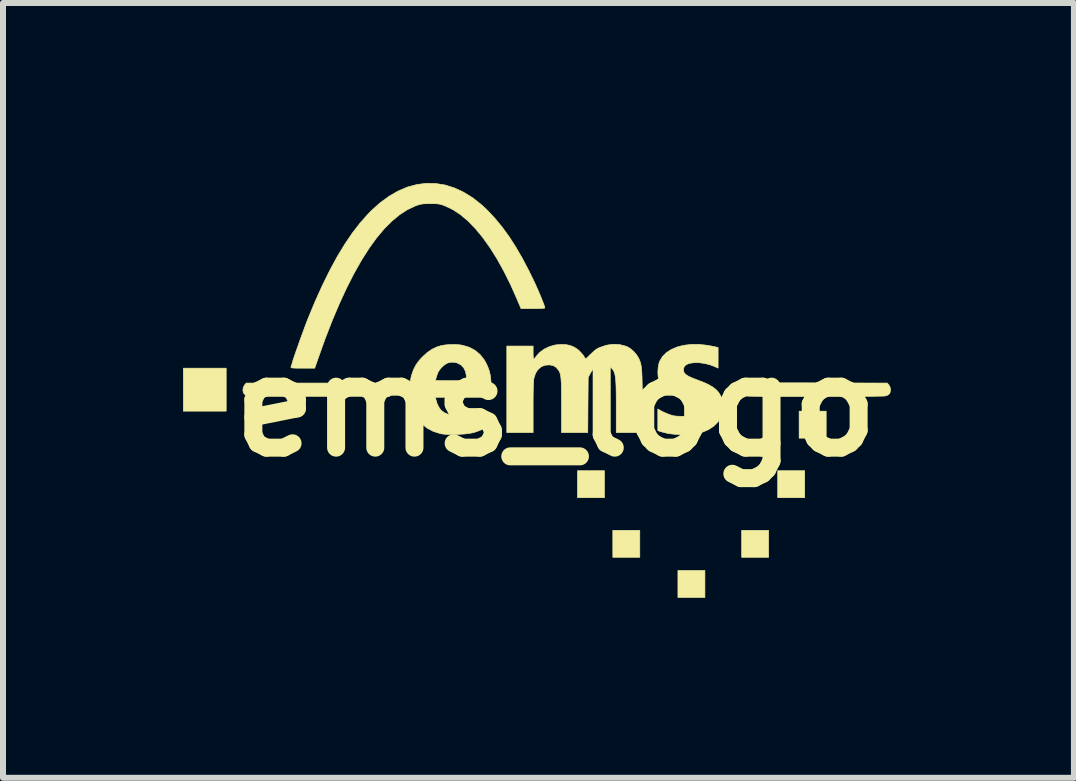
<source format=kicad_pcb>
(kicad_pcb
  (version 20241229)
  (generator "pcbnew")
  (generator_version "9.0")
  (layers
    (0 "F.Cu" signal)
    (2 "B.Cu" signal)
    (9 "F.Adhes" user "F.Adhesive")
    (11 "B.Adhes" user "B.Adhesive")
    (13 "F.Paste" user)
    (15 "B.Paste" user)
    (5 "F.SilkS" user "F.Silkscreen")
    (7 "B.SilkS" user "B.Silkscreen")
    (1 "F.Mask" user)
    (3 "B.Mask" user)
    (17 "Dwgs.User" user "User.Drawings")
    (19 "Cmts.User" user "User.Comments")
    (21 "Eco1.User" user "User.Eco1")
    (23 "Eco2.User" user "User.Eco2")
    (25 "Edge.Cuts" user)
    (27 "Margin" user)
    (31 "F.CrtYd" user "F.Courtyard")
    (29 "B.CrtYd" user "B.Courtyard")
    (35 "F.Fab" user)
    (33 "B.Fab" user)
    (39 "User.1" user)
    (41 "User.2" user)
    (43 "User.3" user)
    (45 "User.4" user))
  (footprint "ems_logo"
    (layer "F.Cu")
    (at 6.216 3.721)
    (property "Reference" "ems_logo" (at 0 0 0) (layer "F.SilkS") (effects (font (size 1.524 1.524) (thickness 0.3))))
    (attr through_hole)
    (fp_poly (pts (xy -5.496 0.081) (xy -6.211 0.081) (xy -6.211 -0.635) (xy -5.496 -0.635) (xy -5.496 0.081)) (stroke (width 0.01) (type solid)) (fill yes) (layer "F.SilkS"))
    (fp_poly (pts (xy 0.808 1.524) (xy 0.358 1.524) (xy 0.358 1.074) (xy 0.808 1.074) (xy 0.808 1.524)) (stroke (width 0.01) (type solid)) (fill yes) (layer "F.SilkS"))
    (fp_poly (pts (xy 1.397 2.517) (xy 0.947 2.517) (xy 0.947 2.067) (xy 1.397 2.067) (xy 1.397 2.517)) (stroke (width 0.01) (type solid)) (fill yes) (layer "F.SilkS"))
    (fp_poly (pts (xy 2.482 3.187) (xy 2.032 3.187) (xy 2.032 2.736) (xy 2.482 2.736) (xy 2.482 3.187)) (stroke (width 0.01) (type solid)) (fill yes) (layer "F.SilkS"))
    (fp_poly (pts (xy 3.544 2.517) (xy 3.094 2.517) (xy 3.094 2.067) (xy 3.544 2.067) (xy 3.544 2.517)) (stroke (width 0.01) (type solid)) (fill yes) (layer "F.SilkS"))
    (fp_poly (pts (xy 4.145 1.524) (xy 3.695 1.524) (xy 3.695 1.074) (xy 4.145 1.074) (xy 4.145 1.524)) (stroke (width 0.01) (type solid)) (fill yes) (layer "F.SilkS"))
    (fp_poly (pts (xy 4.503 0.531) (xy 4.052 0.531) (xy 4.052 0.081) (xy 4.503 0.081) (xy 4.503 0.531)) (stroke (width 0.01) (type solid)) (fill yes) (layer "F.SilkS"))
    (fp_poly (pts (xy -2.74 -0.355) (xy -2.713 -0.314) (xy -2.707 -0.268) (xy -2.721 -0.223) (xy -2.74 -0.199) (xy -2.771 -0.167) (xy -3.946 -0.165) (xy -4.141 -0.165) (xy -4.315 -0.164) (xy -4.467 -0.164) (xy -4.601 -0.164) (xy -4.717 -0.165) (xy -4.815 -0.165) (xy -4.899 -0.166) (xy -4.968 -0.167) (xy -5.024 -0.168) (xy -5.069 -0.169) (xy -5.103 -0.171) (xy -5.128 -0.173) (xy -5.145 -0.175) (xy -5.155 -0.178) (xy -5.157 -0.178) (xy -5.186 -0.196) (xy -5.206 -0.217) (xy -5.206 -0.218) (xy -5.218 -0.263) (xy -5.213 -0.311) (xy -5.191 -0.353) (xy -5.191 -0.354) (xy -5.163 -0.387) (xy -2.771 -0.387) (xy -2.74 -0.355)) (stroke (width 0.01) (type solid)) (fill yes) (layer "F.SilkS"))
    (fp_poly (pts (xy 3.976 -0.391) (xy 4.172 -0.391) (xy 4.351 -0.39) (xy 5.521 -0.387) (xy 5.549 -0.354) (xy 5.57 -0.314) (xy 5.576 -0.267) (xy 5.566 -0.223) (xy 5.559 -0.211) (xy 5.536 -0.191) (xy 5.503 -0.175) (xy 5.498 -0.174) (xy 5.478 -0.171) (xy 5.435 -0.169) (xy 5.37 -0.168) (xy 5.281 -0.166) (xy 5.171 -0.165) (xy 5.038 -0.164) (xy 4.884 -0.163) (xy 4.707 -0.162) (xy 4.51 -0.162) (xy 4.306 -0.162) (xy 4.116 -0.162) (xy 3.947 -0.162) (xy 3.799 -0.162) (xy 3.669 -0.163) (xy 3.558 -0.163) (xy 3.463 -0.164) (xy 3.382 -0.165) (xy 3.316 -0.166) (xy 3.262 -0.167) (xy 3.219 -0.168) (xy 3.185 -0.17) (xy 3.16 -0.172) (xy 3.142 -0.174) (xy 3.13 -0.177) (xy 3.122 -0.18) (xy 3.122 -0.18) (xy 3.085 -0.209) (xy 3.065 -0.247) (xy 3.061 -0.289) (xy 3.073 -0.33) (xy 3.101 -0.363) (xy 3.138 -0.381) (xy 3.155 -0.383) (xy 3.189 -0.385) (xy 3.243 -0.387) (xy 3.314 -0.388) (xy 3.406 -0.389) (xy 3.517 -0.39) (xy 3.649 -0.391) (xy 3.801 -0.391) (xy 3.976 -0.391)) (stroke (width 0.01) (type solid)) (fill yes) (layer "F.SilkS"))
    (fp_poly (pts (xy 2.511 -1.018) (xy 2.621 -0.998) (xy 2.702 -0.98) (xy 2.702 -0.636) (xy 2.637 -0.665) (xy 2.559 -0.694) (xy 2.479 -0.713) (xy 2.398 -0.725) (xy 2.322 -0.727) (xy 2.254 -0.721) (xy 2.197 -0.706) (xy 2.156 -0.682) (xy 2.137 -0.66) (xy 2.126 -0.624) (xy 2.127 -0.585) (xy 2.139 -0.554) (xy 2.139 -0.554) (xy 2.167 -0.527) (xy 2.208 -0.501) (xy 2.266 -0.474) (xy 2.344 -0.444) (xy 2.453 -0.402) (xy 2.542 -0.362) (xy 2.614 -0.32) (xy 2.669 -0.277) (xy 2.712 -0.229) (xy 2.744 -0.176) (xy 2.744 -0.176) (xy 2.76 -0.142) (xy 2.769 -0.112) (xy 2.774 -0.079) (xy 2.776 -0.034) (xy 2.777 0.006) (xy 2.776 0.063) (xy 2.772 0.105) (xy 2.765 0.138) (xy 2.753 0.17) (xy 2.747 0.185) (xy 2.698 0.263) (xy 2.629 0.331) (xy 2.544 0.388) (xy 2.444 0.431) (xy 2.353 0.455) (xy 2.277 0.466) (xy 2.187 0.472) (xy 2.09 0.472) (xy 1.994 0.468) (xy 1.907 0.459) (xy 1.859 0.451) (xy 1.81 0.439) (xy 1.766 0.428) (xy 1.735 0.419) (xy 1.729 0.417) (xy 1.697 0.405) (xy 1.697 0.045) (xy 1.746 0.073) (xy 1.782 0.092) (xy 1.83 0.113) (xy 1.879 0.133) (xy 1.882 0.134) (xy 1.923 0.148) (xy 1.959 0.158) (xy 1.997 0.163) (xy 2.044 0.166) (xy 2.107 0.167) (xy 2.187 0.165) (xy 2.247 0.158) (xy 2.292 0.146) (xy 2.324 0.126) (xy 2.346 0.097) (xy 2.353 0.085) (xy 2.364 0.057) (xy 2.364 0.035) (xy 2.352 0.007) (xy 2.352 0.006) (xy 2.333 -0.021) (xy 2.302 -0.047) (xy 2.256 -0.072) (xy 2.193 -0.097) (xy 2.124 -0.121) (xy 2.001 -0.168) (xy 1.898 -0.221) (xy 1.817 -0.281) (xy 1.757 -0.347) (xy 1.719 -0.419) (xy 1.713 -0.436) (xy 1.701 -0.5) (xy 1.698 -0.574) (xy 1.703 -0.649) (xy 1.716 -0.716) (xy 1.729 -0.753) (xy 1.775 -0.829) (xy 1.84 -0.894) (xy 1.922 -0.947) (xy 2.018 -0.988) (xy 2.127 -1.016) (xy 2.247 -1.031) (xy 2.376 -1.032) (xy 2.511 -1.018)) (stroke (width 0.01) (type solid)) (fill yes) (layer "F.SilkS"))
    (fp_poly (pts (xy -2.005 -3.713) (xy -1.848 -3.688) (xy -1.693 -3.639) (xy -1.54 -3.568) (xy -1.389 -3.475) (xy -1.241 -3.358) (xy -1.135 -3.258) (xy -1.013 -3.127) (xy -0.896 -2.985) (xy -0.783 -2.83) (xy -0.673 -2.659) (xy -0.563 -2.47) (xy -0.454 -2.263) (xy -0.357 -2.064) (xy -0.328 -2) (xy -0.298 -1.932) (xy -0.268 -1.863) (xy -0.241 -1.797) (xy -0.218 -1.738) (xy -0.199 -1.689) (xy -0.188 -1.654) (xy -0.185 -1.638) (xy -0.196 -1.635) (xy -0.226 -1.632) (xy -0.272 -1.63) (xy -0.33 -1.628) (xy -0.384 -1.628) (xy -0.583 -1.628) (xy -0.645 -1.775) (xy -0.754 -2.021) (xy -0.867 -2.248) (xy -0.982 -2.456) (xy -1.1 -2.644) (xy -1.22 -2.812) (xy -1.342 -2.96) (xy -1.465 -3.087) (xy -1.589 -3.192) (xy -1.714 -3.275) (xy -1.839 -3.335) (xy -1.841 -3.336) (xy -1.885 -3.353) (xy -1.92 -3.364) (xy -1.953 -3.371) (xy -1.99 -3.375) (xy -2.037 -3.376) (xy -2.095 -3.376) (xy -2.159 -3.376) (xy -2.206 -3.374) (xy -2.243 -3.37) (xy -2.276 -3.362) (xy -2.313 -3.35) (xy -2.346 -3.338) (xy -2.476 -3.277) (xy -2.606 -3.193) (xy -2.735 -3.086) (xy -2.864 -2.957) (xy -2.991 -2.805) (xy -3.117 -2.63) (xy -3.243 -2.432) (xy -3.367 -2.212) (xy -3.49 -1.97) (xy -3.612 -1.706) (xy -3.733 -1.42) (xy -3.852 -1.112) (xy -3.937 -0.875) (xy -4.021 -0.635) (xy -4.223 -0.635) (xy -4.296 -0.635) (xy -4.349 -0.636) (xy -4.385 -0.638) (xy -4.406 -0.641) (xy -4.416 -0.645) (xy -4.418 -0.651) (xy -4.418 -0.653) (xy -4.411 -0.673) (xy -4.4 -0.707) (xy -4.392 -0.736) (xy -4.38 -0.776) (xy -4.361 -0.833) (xy -4.337 -0.903) (xy -4.308 -0.984) (xy -4.278 -1.07) (xy -4.246 -1.159) (xy -4.214 -1.245) (xy -4.185 -1.326) (xy -4.158 -1.398) (xy -4.135 -1.455) (xy -4.134 -1.459) (xy -4.013 -1.75) (xy -3.891 -2.02) (xy -3.769 -2.267) (xy -3.646 -2.494) (xy -3.521 -2.7) (xy -3.395 -2.886) (xy -3.266 -3.053) (xy -3.134 -3.202) (xy -3.082 -3.256) (xy -2.934 -3.389) (xy -2.783 -3.5) (xy -2.63 -3.588) (xy -2.475 -3.654) (xy -2.318 -3.696) (xy -2.161 -3.716) (xy -2.005 -3.713)) (stroke (width 0.01) (type solid)) (fill yes) (layer "F.SilkS"))
    (fp_poly (pts (xy -1.607 -1.025) (xy -1.553 -1.016) (xy -1.444 -0.983) (xy -1.346 -0.93) (xy -1.263 -0.859) (xy -1.194 -0.772) (xy -1.163 -0.716) (xy -1.134 -0.652) (xy -1.112 -0.591) (xy -1.097 -0.528) (xy -1.087 -0.455) (xy -1.08 -0.369) (xy -1.077 -0.32) (xy -1.07 -0.15) (xy -2.008 -0.15) (xy -2.001 -0.113) (xy -1.983 -0.051) (xy -1.955 0.01) (xy -1.92 0.06) (xy -1.914 0.066) (xy -1.86 0.107) (xy -1.789 0.137) (xy -1.705 0.155) (xy -1.613 0.162) (xy -1.516 0.156) (xy -1.419 0.139) (xy -1.324 0.11) (xy -1.284 0.093) (xy -1.247 0.075) (xy -1.219 0.063) (xy -1.205 0.058) (xy -1.205 0.058) (xy -1.204 0.069) (xy -1.202 0.098) (xy -1.201 0.143) (xy -1.201 0.198) (xy -1.201 0.213) (xy -1.201 0.369) (xy -1.248 0.393) (xy -1.283 0.408) (xy -1.33 0.425) (xy -1.381 0.44) (xy -1.384 0.441) (xy -1.442 0.452) (xy -1.516 0.461) (xy -1.6 0.467) (xy -1.687 0.47) (xy -1.772 0.47) (xy -1.849 0.467) (xy -1.911 0.459) (xy -1.927 0.456) (xy -2.046 0.418) (xy -2.151 0.362) (xy -2.241 0.289) (xy -2.316 0.198) (xy -2.374 0.092) (xy -2.398 0.031) (xy -2.41 -0.007) (xy -2.418 -0.041) (xy -2.424 -0.075) (xy -2.427 -0.115) (xy -2.429 -0.167) (xy -2.43 -0.236) (xy -2.43 -0.248) (xy -2.429 -0.329) (xy -2.427 -0.392) (xy -2.424 -0.432) (xy -2.009 -0.432) (xy -1.998 -0.43) (xy -1.967 -0.429) (xy -1.92 -0.428) (xy -1.859 -0.428) (xy -1.788 -0.427) (xy -1.748 -0.427) (xy -1.487 -0.427) (xy -1.492 -0.495) (xy -1.506 -0.575) (xy -1.538 -0.641) (xy -1.585 -0.69) (xy -1.647 -0.722) (xy -1.693 -0.733) (xy -1.758 -0.734) (xy -1.817 -0.717) (xy -1.873 -0.679) (xy -1.901 -0.652) (xy -1.939 -0.609) (xy -1.965 -0.567) (xy -1.984 -0.517) (xy -1.985 -0.514) (xy -1.997 -0.475) (xy -2.005 -0.445) (xy -2.009 -0.432) (xy -2.009 -0.432) (xy -2.424 -0.432) (xy -2.423 -0.441) (xy -2.416 -0.482) (xy -2.41 -0.507) (xy -2.377 -0.605) (xy -2.334 -0.69) (xy -2.277 -0.768) (xy -2.223 -0.826) (xy -2.143 -0.898) (xy -2.065 -0.951) (xy -1.983 -0.99) (xy -1.917 -1.01) (xy -1.851 -1.022) (xy -1.771 -1.029) (xy -1.687 -1.03) (xy -1.607 -1.025)) (stroke (width 0.01) (type solid)) (fill yes) (layer "F.SilkS"))
    (fp_poly (pts (xy 1.053 -1.03) (xy 1.157 -1.004) (xy 1.19 -0.992) (xy 1.241 -0.961) (xy 1.294 -0.915) (xy 1.341 -0.861) (xy 1.373 -0.81) (xy 1.387 -0.782) (xy 1.398 -0.755) (xy 1.408 -0.726) (xy 1.416 -0.694) (xy 1.422 -0.655) (xy 1.427 -0.609) (xy 1.431 -0.552) (xy 1.434 -0.483) (xy 1.436 -0.398) (xy 1.438 -0.297) (xy 1.439 -0.175) (xy 1.44 -0.089) (xy 1.445 0.439) (xy 1.004 0.439) (xy 1.004 0.007) (xy 1.004 -0.126) (xy 1.003 -0.238) (xy 1.001 -0.331) (xy 0.997 -0.408) (xy 0.992 -0.47) (xy 0.984 -0.52) (xy 0.974 -0.559) (xy 0.961 -0.59) (xy 0.945 -0.615) (xy 0.926 -0.636) (xy 0.903 -0.656) (xy 0.903 -0.656) (xy 0.878 -0.673) (xy 0.853 -0.682) (xy 0.819 -0.686) (xy 0.778 -0.687) (xy 0.733 -0.686) (xy 0.702 -0.682) (xy 0.679 -0.672) (xy 0.654 -0.654) (xy 0.651 -0.651) (xy 0.621 -0.621) (xy 0.59 -0.58) (xy 0.572 -0.548) (xy 0.537 -0.481) (xy 0.533 -0.021) (xy 0.53 0.439) (xy 0.092 0.439) (xy 0.092 -0.005) (xy 0.092 -0.131) (xy 0.091 -0.236) (xy 0.09 -0.323) (xy 0.088 -0.393) (xy 0.084 -0.449) (xy 0.08 -0.494) (xy 0.074 -0.528) (xy 0.066 -0.556) (xy 0.056 -0.579) (xy 0.045 -0.599) (xy 0.042 -0.602) (xy 0.002 -0.649) (xy -0.044 -0.677) (xy -0.103 -0.689) (xy -0.112 -0.69) (xy -0.184 -0.684) (xy -0.247 -0.658) (xy -0.3 -0.613) (xy -0.34 -0.551) (xy -0.366 -0.473) (xy -0.368 -0.467) (xy -0.372 -0.433) (xy -0.375 -0.376) (xy -0.378 -0.298) (xy -0.38 -0.199) (xy -0.381 -0.079) (xy -0.381 0.019) (xy -0.381 0.439) (xy -0.82 0.439) (xy -0.82 -1.004) (xy -0.381 -1.004) (xy -0.381 -0.895) (xy -0.38 -0.848) (xy -0.378 -0.811) (xy -0.375 -0.789) (xy -0.372 -0.785) (xy -0.361 -0.794) (xy -0.342 -0.816) (xy -0.33 -0.833) (xy -0.27 -0.899) (xy -0.193 -0.955) (xy -0.104 -0.997) (xy -0.008 -1.023) (xy 0.087 -1.031) (xy 0.162 -1.028) (xy 0.223 -1.017) (xy 0.279 -0.997) (xy 0.334 -0.967) (xy 0.376 -0.936) (xy 0.419 -0.893) (xy 0.457 -0.847) (xy 0.484 -0.803) (xy 0.489 -0.793) (xy 0.498 -0.795) (xy 0.519 -0.811) (xy 0.548 -0.839) (xy 0.565 -0.857) (xy 0.646 -0.929) (xy 0.739 -0.983) (xy 0.84 -1.018) (xy 0.946 -1.034) (xy 1.053 -1.03)) (stroke (width 0.01) (type solid)) (fill yes) (layer "F.SilkS")))
  (gr_rect
    (start -3 -3)
    (end 14.848 9.913)
    (stroke (width 0.1) (type default))
    (fill no)
    (layer "Edge.Cuts")))
</source>
